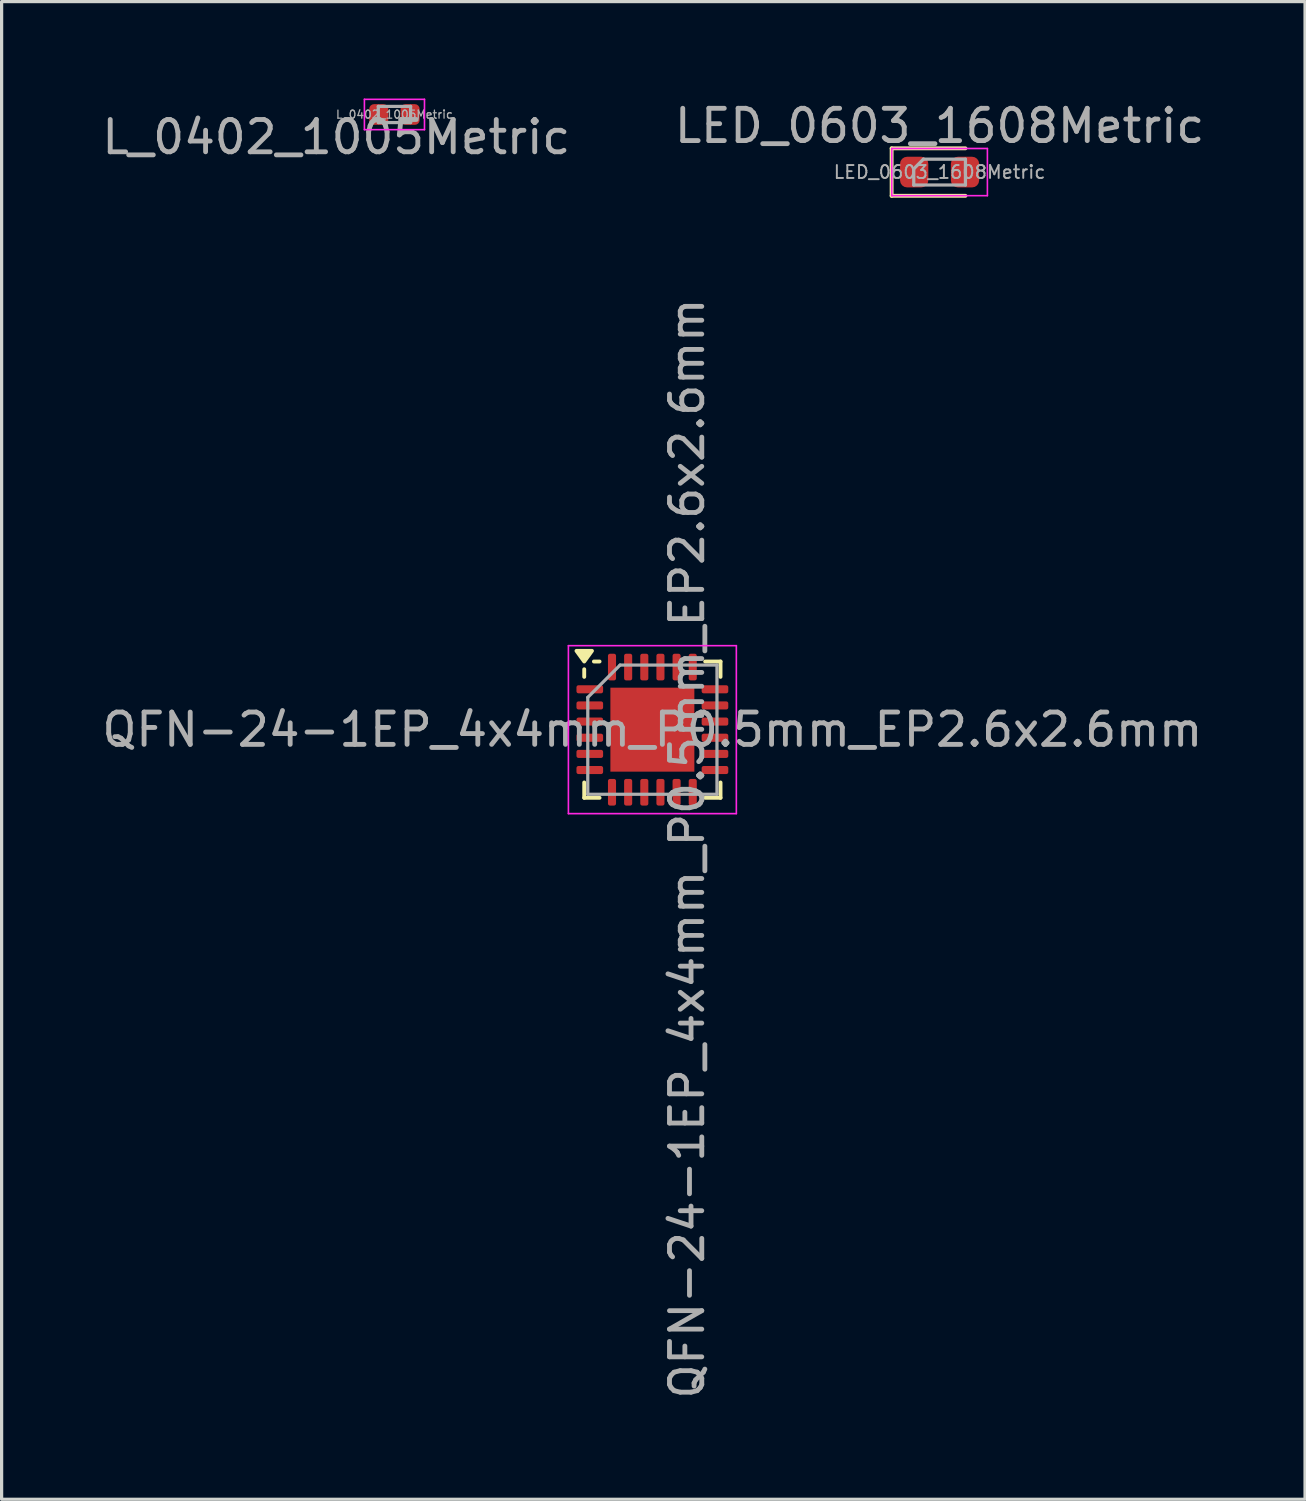
<source format=kicad_pcb>
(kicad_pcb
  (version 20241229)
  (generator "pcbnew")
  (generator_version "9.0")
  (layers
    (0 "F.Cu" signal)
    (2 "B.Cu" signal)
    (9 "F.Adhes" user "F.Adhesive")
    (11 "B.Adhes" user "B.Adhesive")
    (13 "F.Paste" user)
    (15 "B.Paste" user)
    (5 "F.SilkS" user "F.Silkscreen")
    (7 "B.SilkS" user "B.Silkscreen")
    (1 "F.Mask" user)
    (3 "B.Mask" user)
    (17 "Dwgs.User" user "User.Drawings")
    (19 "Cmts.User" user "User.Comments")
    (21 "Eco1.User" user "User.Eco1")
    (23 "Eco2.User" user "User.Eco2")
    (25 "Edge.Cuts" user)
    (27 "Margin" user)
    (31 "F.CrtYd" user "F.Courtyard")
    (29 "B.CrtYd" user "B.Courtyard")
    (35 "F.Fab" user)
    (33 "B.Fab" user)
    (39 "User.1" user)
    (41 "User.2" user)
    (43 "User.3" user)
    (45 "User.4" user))
  (footprint "QFN-24-1EP_4x4mm_P0.5mm_EP2.6x2.6mm"
    (layer "F.Cu")
    (at 17.149 19.542)
    (property "Reference" "QFN-24-1EP_4x4mm_P0.5mm_EP2.6x2.6mm" (at 1.075 3.68 90) (layer "F.Fab") (effects (font (size 1 1) (thickness 0.15))))
    (attr smd)
    (fp_line (start -2.11 -1.635) (end -2.11 -1.87) (stroke (width 0.12) (type solid)) (layer "F.SilkS"))
    (fp_line (start -2.11 2.11) (end -2.11 1.635) (stroke (width 0.12) (type solid)) (layer "F.SilkS"))
    (fp_line (start -1.635 -2.11) (end -1.81 -2.11) (stroke (width 0.12) (type solid)) (layer "F.SilkS"))
    (fp_line (start -1.635 2.11) (end -2.11 2.11) (stroke (width 0.12) (type solid)) (layer "F.SilkS"))
    (fp_line (start 1.635 -2.11) (end 2.11 -2.11) (stroke (width 0.12) (type solid)) (layer "F.SilkS"))
    (fp_line (start 1.635 2.11) (end 2.11 2.11) (stroke (width 0.12) (type solid)) (layer "F.SilkS"))
    (fp_line (start 2.11 -2.11) (end 2.11 -1.635) (stroke (width 0.12) (type solid)) (layer "F.SilkS"))
    (fp_line (start 2.11 2.11) (end 2.11 1.635) (stroke (width 0.12) (type solid)) (layer "F.SilkS"))
    (fp_poly (pts (xy -2.11 -2.11) (xy -2.35 -2.44) (xy -1.87 -2.44) (xy -2.11 -2.11)) (stroke (width 0.12) (type solid)) (fill yes) (layer "F.SilkS"))
    (fp_line (start -2.6 -2.6) (end -2.6 2.6) (stroke (width 0.05) (type solid)) (layer "F.CrtYd"))
    (fp_line (start -2.6 2.6) (end 2.6 2.6) (stroke (width 0.05) (type solid)) (layer "F.CrtYd"))
    (fp_line (start 2.6 -2.6) (end -2.6 -2.6) (stroke (width 0.05) (type solid)) (layer "F.CrtYd"))
    (fp_line (start 2.6 2.6) (end 2.6 -2.6) (stroke (width 0.05) (type solid)) (layer "F.CrtYd"))
    (fp_line (start -2 -1) (end -1 -2) (stroke (width 0.1) (type solid)) (layer "F.Fab"))
    (fp_line (start -2 2) (end -2 -1) (stroke (width 0.1) (type solid)) (layer "F.Fab"))
    (fp_line (start -1 -2) (end 2 -2) (stroke (width 0.1) (type solid)) (layer "F.Fab"))
    (fp_line (start 2 -2) (end 2 2) (stroke (width 0.1) (type solid)) (layer "F.Fab"))
    (fp_line (start 2 2) (end -2 2) (stroke (width 0.1) (type solid)) (layer "F.Fab"))
    (fp_text user "${REFERENCE}" (at 0 0 0) (layer "F.Fab") (effects (font (size 1 1) (thickness 0.15))))
    (pad "" smd roundrect (at -0.65 -0.65 180) (size 1.05 1.05) (layers "F.Paste") (roundrect_rratio 0.238))
    (pad "" smd roundrect (at -0.65 0.65 180) (size 1.05 1.05) (layers "F.Paste") (roundrect_rratio 0.238))
    (pad "" smd roundrect (at 0.65 -0.65 180) (size 1.05 1.05) (layers "F.Paste") (roundrect_rratio 0.238))
    (pad "" smd roundrect (at 0.65 0.65 180) (size 1.05 1.05) (layers "F.Paste") (roundrect_rratio 0.238))
    (pad "1" smd roundrect (at -1.938 -1.25 180) (size 0.825 0.25) (layers "F.Cu" "F.Mask" "F.Paste") (roundrect_rratio 0.25))
    (pad "2" smd roundrect (at -1.938 -0.75 180) (size 0.825 0.25) (layers "F.Cu" "F.Mask" "F.Paste") (roundrect_rratio 0.25))
    (pad "3" smd roundrect (at -1.938 -0.25 180) (size 0.825 0.25) (layers "F.Cu" "F.Mask" "F.Paste") (roundrect_rratio 0.25))
    (pad "4" smd roundrect (at -1.938 0.25 180) (size 0.825 0.25) (layers "F.Cu" "F.Mask" "F.Paste") (roundrect_rratio 0.25))
    (pad "5" smd roundrect (at -1.938 0.75 180) (size 0.825 0.25) (layers "F.Cu" "F.Mask" "F.Paste") (roundrect_rratio 0.25))
    (pad "6" smd roundrect (at -1.938 1.25 180) (size 0.825 0.25) (layers "F.Cu" "F.Mask" "F.Paste") (roundrect_rratio 0.25))
    (pad "7" smd roundrect (at -1.25 1.938 180) (size 0.25 0.825) (layers "F.Cu" "F.Mask" "F.Paste") (roundrect_rratio 0.25))
    (pad "8" smd roundrect (at -0.75 1.938 180) (size 0.25 0.825) (layers "F.Cu" "F.Mask" "F.Paste") (roundrect_rratio 0.25))
    (pad "9" smd roundrect (at -0.25 1.938 180) (size 0.25 0.825) (layers "F.Cu" "F.Mask" "F.Paste") (roundrect_rratio 0.25))
    (pad "10" smd roundrect (at 0.25 1.938 180) (size 0.25 0.825) (layers "F.Cu" "F.Mask" "F.Paste") (roundrect_rratio 0.25))
    (pad "11" smd roundrect (at 0.75 1.938 180) (size 0.25 0.825) (layers "F.Cu" "F.Mask" "F.Paste") (roundrect_rratio 0.25))
    (pad "12" smd roundrect (at 1.25 1.938 180) (size 0.25 0.825) (layers "F.Cu" "F.Mask" "F.Paste") (roundrect_rratio 0.25))
    (pad "13" smd roundrect (at 1.938 1.25 180) (size 0.825 0.25) (layers "F.Cu" "F.Mask" "F.Paste") (roundrect_rratio 0.25))
    (pad "14" smd roundrect (at 1.938 0.75 180) (size 0.825 0.25) (layers "F.Cu" "F.Mask" "F.Paste") (roundrect_rratio 0.25))
    (pad "15" smd roundrect (at 1.938 0.25 180) (size 0.825 0.25) (layers "F.Cu" "F.Mask" "F.Paste") (roundrect_rratio 0.25))
    (pad "16" smd roundrect (at 1.938 -0.25 180) (size 0.825 0.25) (layers "F.Cu" "F.Mask" "F.Paste") (roundrect_rratio 0.25))
    (pad "17" smd roundrect (at 1.938 -0.75 180) (size 0.825 0.25) (layers "F.Cu" "F.Mask" "F.Paste") (roundrect_rratio 0.25))
    (pad "18" smd roundrect (at 1.938 -1.25 180) (size 0.825 0.25) (layers "F.Cu" "F.Mask" "F.Paste") (roundrect_rratio 0.25))
    (pad "19" smd roundrect (at 1.25 -1.938 180) (size 0.25 0.825) (layers "F.Cu" "F.Mask" "F.Paste") (roundrect_rratio 0.25))
    (pad "20" smd roundrect (at 0.75 -1.938 180) (size 0.25 0.825) (layers "F.Cu" "F.Mask" "F.Paste") (roundrect_rratio 0.25))
    (pad "21" smd roundrect (at 0.25 -1.938 180) (size 0.25 0.825) (layers "F.Cu" "F.Mask" "F.Paste") (roundrect_rratio 0.25))
    (pad "22" smd roundrect (at -0.25 -1.938 180) (size 0.25 0.825) (layers "F.Cu" "F.Mask" "F.Paste") (roundrect_rratio 0.25))
    (pad "23" smd roundrect (at -0.75 -1.938 180) (size 0.25 0.825) (layers "F.Cu" "F.Mask" "F.Paste") (roundrect_rratio 0.25))
    (pad "24" smd roundrect (at -1.25 -1.938 180) (size 0.25 0.825) (layers "F.Cu" "F.Mask" "F.Paste") (roundrect_rratio 0.25))
    (pad "25" smd rect (at 0 0 180) (size 2.6 2.6) (property pad_prop_heatsink) (layers "F.Cu" "F.Mask")))
  (footprint "LED_0603_1608Metric"
    (layer "F.Cu")
    (at 26.042 2.278)
    (property "Reference" "LED_0603_1608Metric" (at 0 -1.43 0) (layer "F.Fab") (effects (font (size 1 1) (thickness 0.15))))
    (attr smd)
    (fp_line (start -1.485 -0.735) (end -1.485 0.735) (stroke (width 0.12) (type solid)) (layer "F.SilkS"))
    (fp_line (start -1.485 0.735) (end 0.8 0.735) (stroke (width 0.12) (type solid)) (layer "F.SilkS"))
    (fp_line (start 0.8 -0.735) (end -1.485 -0.735) (stroke (width 0.12) (type solid)) (layer "F.SilkS"))
    (fp_line (start -1.48 -0.73) (end 1.48 -0.73) (stroke (width 0.05) (type solid)) (layer "F.CrtYd"))
    (fp_line (start -1.48 0.73) (end -1.48 -0.73) (stroke (width 0.05) (type solid)) (layer "F.CrtYd"))
    (fp_line (start 1.48 -0.73) (end 1.48 0.73) (stroke (width 0.05) (type solid)) (layer "F.CrtYd"))
    (fp_line (start 1.48 0.73) (end -1.48 0.73) (stroke (width 0.05) (type solid)) (layer "F.CrtYd"))
    (fp_line (start -0.8 -0.1) (end -0.8 0.4) (stroke (width 0.1) (type solid)) (layer "F.Fab"))
    (fp_line (start -0.8 0.4) (end 0.8 0.4) (stroke (width 0.1) (type solid)) (layer "F.Fab"))
    (fp_line (start -0.5 -0.4) (end -0.8 -0.1) (stroke (width 0.1) (type solid)) (layer "F.Fab"))
    (fp_line (start 0.8 -0.4) (end -0.5 -0.4) (stroke (width 0.1) (type solid)) (layer "F.Fab"))
    (fp_line (start 0.8 0.4) (end 0.8 -0.4) (stroke (width 0.1) (type solid)) (layer "F.Fab"))
    (fp_text user "${REFERENCE}" (at 0 0 0) (layer "F.Fab") (effects (font (size 0.4 0.4) (thickness 0.06))))
    (pad "1" smd roundrect (at -0.787 0) (size 0.875 0.95) (layers "F.Cu" "F.Mask" "F.Paste") (roundrect_rratio 0.25))
    (pad "2" smd roundrect (at 0.787 0) (size 0.875 0.95) (layers "F.Cu" "F.Mask" "F.Paste") (roundrect_rratio 0.25)))
  (footprint "L_0402_1005Metric"
    (layer "F.Cu")
    (at 9.163 0.495)
    (property "Reference" "L_0402_1005Metric" (at -1.8 0.7 0) (layer "F.Fab") (effects (font (size 1 1) (thickness 0.15))))
    (attr smd)
    (fp_line (start -0.93 -0.47) (end 0.93 -0.47) (stroke (width 0.05) (type solid)) (layer "F.CrtYd"))
    (fp_line (start -0.93 0.47) (end -0.93 -0.47) (stroke (width 0.05) (type solid)) (layer "F.CrtYd"))
    (fp_line (start 0.93 -0.47) (end 0.93 0.47) (stroke (width 0.05) (type solid)) (layer "F.CrtYd"))
    (fp_line (start 0.93 0.47) (end -0.93 0.47) (stroke (width 0.05) (type solid)) (layer "F.CrtYd"))
    (fp_line (start -0.5 -0.25) (end 0.5 -0.25) (stroke (width 0.1) (type solid)) (layer "F.Fab"))
    (fp_line (start -0.5 0.25) (end -0.5 -0.25) (stroke (width 0.1) (type solid)) (layer "F.Fab"))
    (fp_line (start 0.5 -0.25) (end 0.5 0.25) (stroke (width 0.1) (type solid)) (layer "F.Fab"))
    (fp_line (start 0.5 0.25) (end -0.5 0.25) (stroke (width 0.1) (type solid)) (layer "F.Fab"))
    (fp_text user "${REFERENCE}" (at 0 0 0) (layer "F.Fab") (effects (font (size 0.25 0.25) (thickness 0.04))))
    (pad "1" smd roundrect (at -0.485 0 180) (size 0.59 0.64) (layers "F.Cu" "F.Mask" "F.Paste") (roundrect_rratio 0.25))
    (pad "2" smd roundrect (at 0.485 0 180) (size 0.59 0.64) (layers "F.Cu" "F.Mask" "F.Paste") (roundrect_rratio 0.25)))
  (gr_rect
    (start -3 -3)
    (end 37.357 43.371)
    (stroke (width 0.1) (type default))
    (fill no)
    (layer "Edge.Cuts")))
</source>
